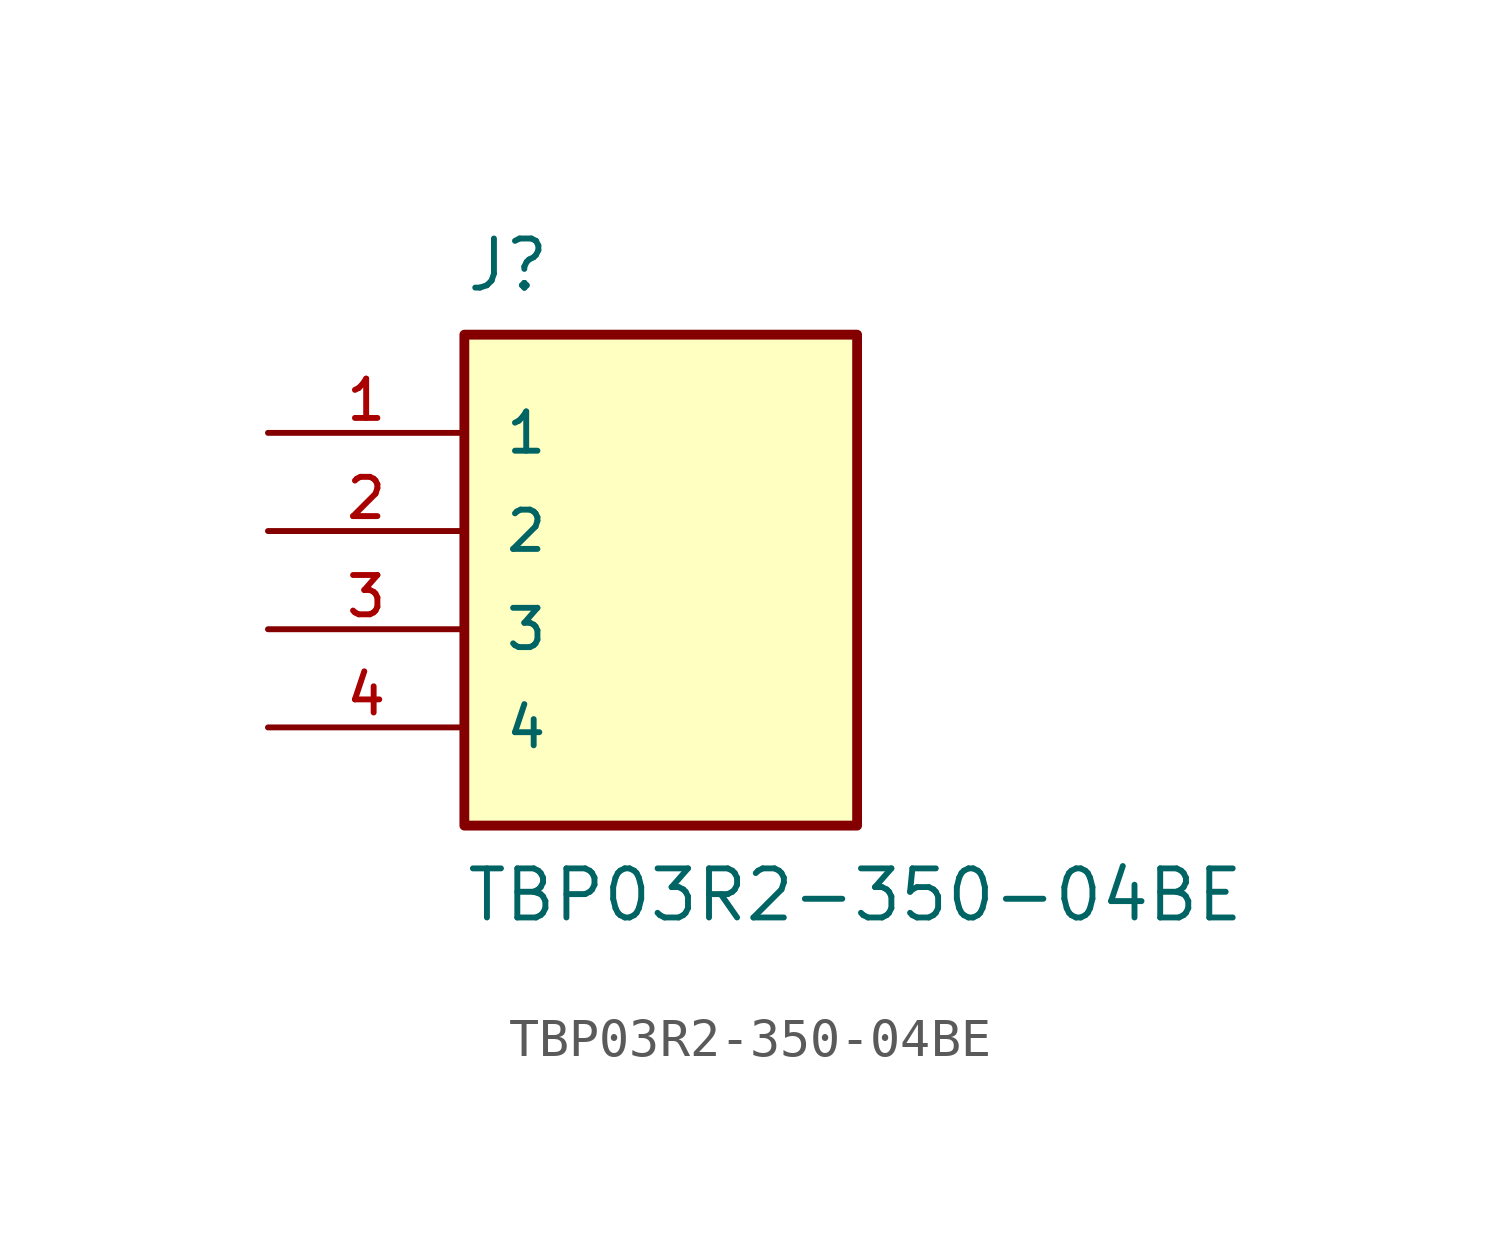
<source format=kicad_sym>
(kicad_symbol_lib
  (version 20231120)
  (generator "kicad_symbol_editor")
  (generator_version "8.0")
  (symbol "TBP03R2-350-04BE"
    (pin_names
      (offset 1.016))
    (property "Reference" "J"
      (at -5.08 10.16 0)
      (effects (font (size 1.27 1.27)) (justify left top)))
    (property "Value" "TBP03R2-350-04BE"
      (at -5.08 -7.62 0)
      (effects (font (size 1.27 1.27)) (justify left bottom)))
    (symbol "TBP03R2-350-04BE_0_0"
      (rectangle (start -5.08 -5.08) (end 5.08 7.62) (stroke (width 0.254) (type default)) (fill (type background)))
      (pin passive line (at -10.16 5.08 0) (length 5.08) (name "1" (effects (font (size 1.016 1.016)))) (number "1" (effects (font (size 1.016 1.016)))))
      (pin passive line (at -10.16 2.54 0) (length 5.08) (name "2" (effects (font (size 1.016 1.016)))) (number "2" (effects (font (size 1.016 1.016)))))
      (pin passive line (at -10.16 0 0) (length 5.08) (name "3" (effects (font (size 1.016 1.016)))) (number "3" (effects (font (size 1.016 1.016)))))
      (pin passive line (at -10.16 -2.54 0) (length 5.08) (name "4" (effects (font (size 1.016 1.016)))) (number "4" (effects (font (size 1.016 1.016))))))))
</source>
